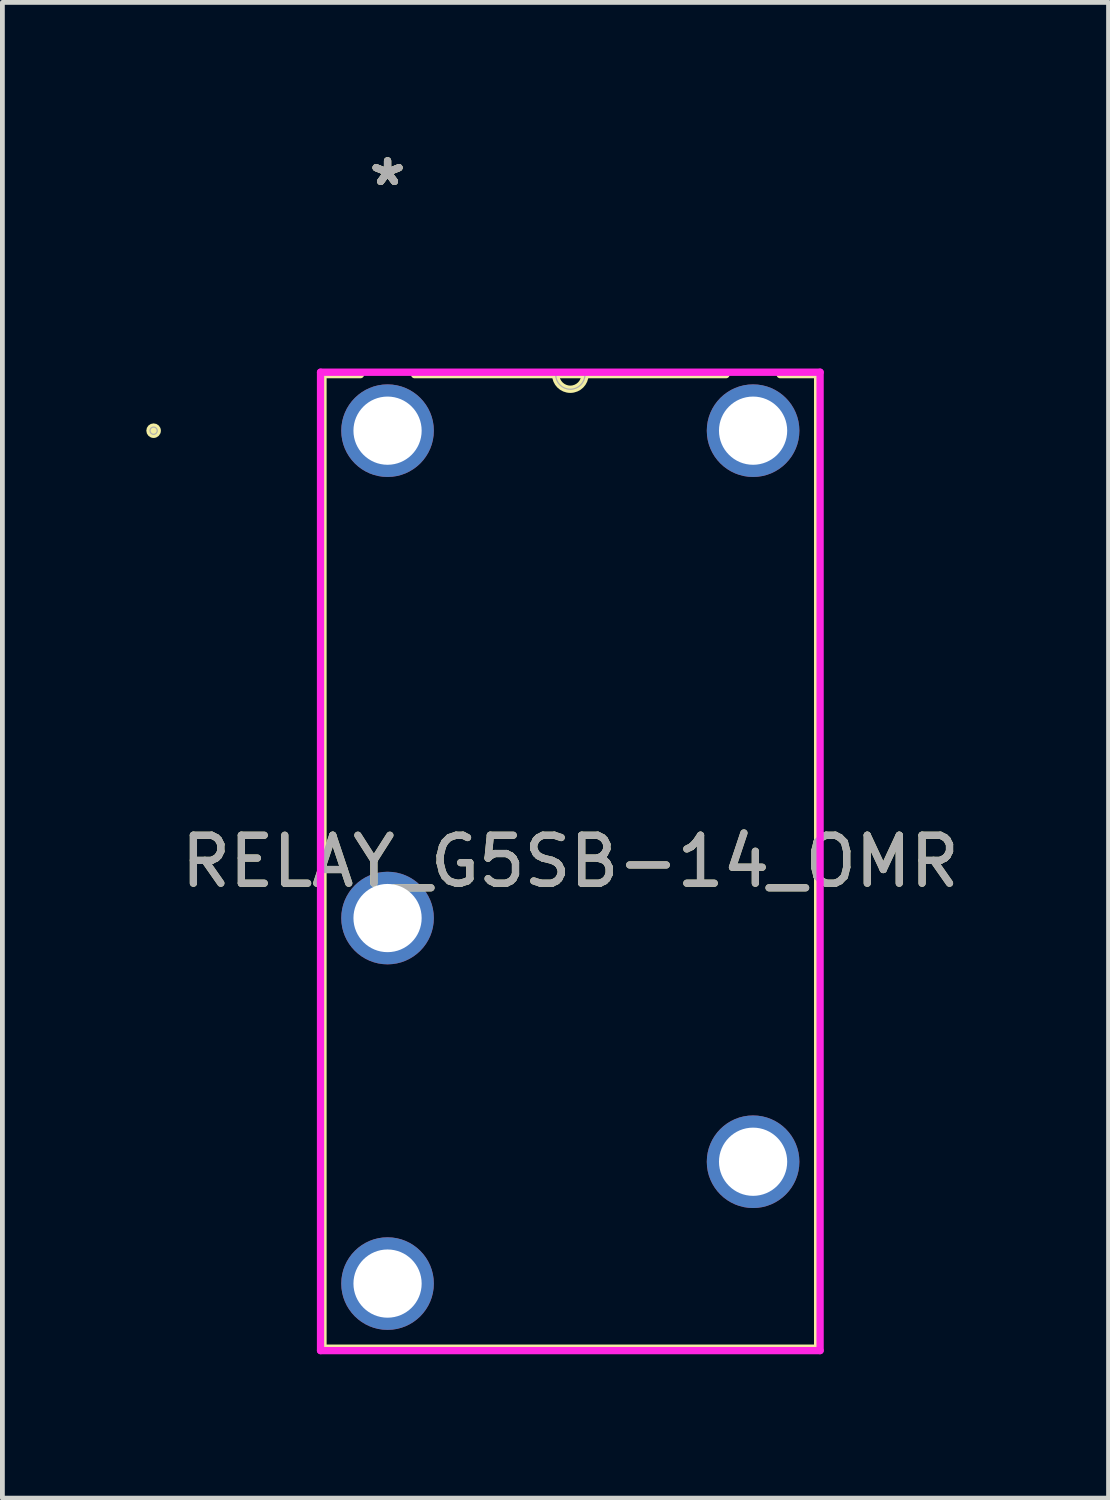
<source format=kicad_pcb>
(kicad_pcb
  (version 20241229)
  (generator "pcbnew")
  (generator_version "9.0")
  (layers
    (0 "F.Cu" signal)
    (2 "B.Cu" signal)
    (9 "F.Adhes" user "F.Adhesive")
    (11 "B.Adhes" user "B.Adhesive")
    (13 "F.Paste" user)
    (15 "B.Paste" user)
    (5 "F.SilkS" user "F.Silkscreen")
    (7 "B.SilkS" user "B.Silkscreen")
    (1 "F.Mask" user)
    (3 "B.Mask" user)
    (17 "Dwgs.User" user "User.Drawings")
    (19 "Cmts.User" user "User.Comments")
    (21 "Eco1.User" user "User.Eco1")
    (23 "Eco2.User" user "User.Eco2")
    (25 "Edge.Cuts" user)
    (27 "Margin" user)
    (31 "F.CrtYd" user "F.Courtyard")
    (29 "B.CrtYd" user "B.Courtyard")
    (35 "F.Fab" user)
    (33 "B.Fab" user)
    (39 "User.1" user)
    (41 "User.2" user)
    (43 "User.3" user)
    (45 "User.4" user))
  (footprint "RELAY_G5SB-14_OMR"
    (layer "F.Cu")
    (at 8.839 14.907)
    (property "Reference" "RELAY_G5SB-14_OMR" (at 0 0 0) (unlocked yes) (layer "F.SilkS") (effects (font (size 1 1) (thickness 0.15))))
    (attr through_hole)
    (fp_line (start -5.156 -10.147) (end -5.156 10.147) (stroke (width 0.152) (type solid)) (layer "F.SilkS"))
    (fp_line (start -5.156 10.147) (end 5.156 10.147) (stroke (width 0.152) (type solid)) (layer "F.SilkS"))
    (fp_line (start -4.375 -10.147) (end -5.156 -10.147) (stroke (width 0.152) (type solid)) (layer "F.SilkS"))
    (fp_line (start 3.245 -10.147) (end -3.245 -10.147) (stroke (width 0.152) (type solid)) (layer "F.SilkS"))
    (fp_line (start 5.156 -10.147) (end 4.375 -10.147) (stroke (width 0.152) (type solid)) (layer "F.SilkS"))
    (fp_line (start 5.156 10.147) (end 5.156 -10.147) (stroke (width 0.152) (type solid)) (layer "F.SilkS"))
    (fp_arc (start 0.3048 -10.1473) (mid 0 -9.8425) (end -0.3048 -10.1473) (stroke (width 0.1524) (type solid)) (layer "F.SilkS"))
    (fp_circle (center -8.687 -8.979) (end -8.611 -8.979) (stroke (width 0.152) (type solid)) (fill no) (layer "F.SilkS"))
    (fp_line (start -5.207 -10.198) (end 5.207 -10.198) (stroke (width 0.152) (type solid)) (layer "F.CrtYd"))
    (fp_line (start -5.207 10.198) (end -5.207 -10.198) (stroke (width 0.152) (type solid)) (layer "F.CrtYd"))
    (fp_line (start 5.207 -10.198) (end 5.207 10.198) (stroke (width 0.152) (type solid)) (layer "F.CrtYd"))
    (fp_line (start 5.207 10.198) (end -5.207 10.198) (stroke (width 0.152) (type solid)) (layer "F.CrtYd"))
    (fp_line (start -5.156 -10.147) (end -5.156 10.147) (stroke (width 0.025) (type solid)) (layer "F.Fab"))
    (fp_line (start -5.156 10.147) (end 5.156 10.147) (stroke (width 0.025) (type solid)) (layer "F.Fab"))
    (fp_line (start 5.156 -10.147) (end -5.156 -10.147) (stroke (width 0.025) (type solid)) (layer "F.Fab"))
    (fp_line (start 5.156 10.147) (end 5.156 -10.147) (stroke (width 0.025) (type solid)) (layer "F.Fab"))
    (fp_arc (start 0.3048 -10.1473) (mid 0 -9.8425) (end -0.3048 -10.1473) (stroke (width 0.0254) (type solid)) (layer "F.Fab"))
    (fp_circle (center -8.687 -8.979) (end -8.611 -8.979) (stroke (width 0.025) (type solid)) (fill no) (layer "F.Fab"))
    (fp_text user "*" (at -3.81 -14.059 0) (unlocked yes) (layer "F.SilkS") (effects (font (size 1 1) (thickness 0.15))))
    (fp_text user "*" (at -3.81 -14.059 0) (layer "F.SilkS") (effects (font (size 1 1) (thickness 0.15))))
    (fp_text user "*" (at -3.81 -14.059 0) (unlocked yes) (layer "F.Fab") (effects (font (size 1 1) (thickness 0.15))))
    (fp_text user "${REFERENCE}" (at 0 0 0) (unlocked yes) (layer "F.Fab") (effects (font (size 1 1) (thickness 0.15))))
    (fp_text user "*" (at -3.81 -14.059 0) (layer "F.Fab") (effects (font (size 1 1) (thickness 0.15))))
    (pad "1" thru_hole circle (at -3.81 -8.979) (size 1.93 1.93) (drill 1.422) (layers "*.Cu" "*.Mask"))
    (pad "2" thru_hole circle (at -3.81 1.181) (size 1.93 1.93) (drill 1.422) (layers "*.Cu" "*.Mask"))
    (pad "3" thru_hole circle (at -3.81 8.801) (size 1.93 1.93) (drill 1.422) (layers "*.Cu" "*.Mask"))
    (pad "4" thru_hole circle (at 3.81 6.261) (size 1.93 1.93) (drill 1.422) (layers "*.Cu" "*.Mask"))
    (pad "6" thru_hole circle (at 3.81 -8.979) (size 1.93 1.93) (drill 1.422) (layers "*.Cu" "*.Mask")))
  (gr_rect
    (start -3 -3)
    (end 20.059 28.181)
    (stroke (width 0.1) (type default))
    (fill no)
    (layer "Edge.Cuts")))
</source>
